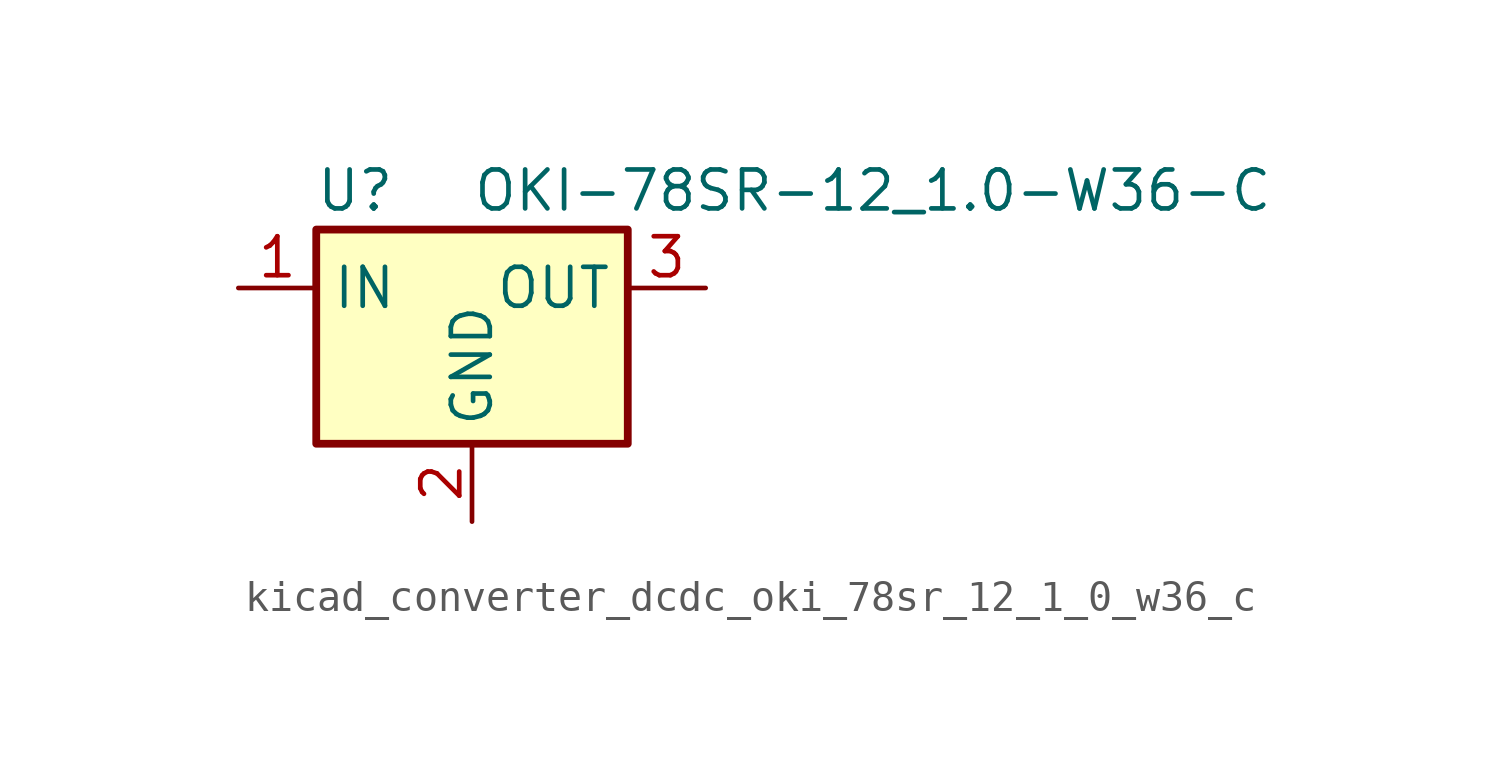
<source format=kicad_sym>
(kicad_symbol_lib
  (version 20220914)
  (generator kicad_symbol_editor)
  (symbol "kicad_converter_dcdc_oki_78sr_12_1_0_w36_c"
    (property "Reference" "U"
      (at -3.81 3.175 0)
      (effects (font (size 1.27 1.27))))
    (property "Value" "OKI-78SR-12_1.0-W36-C"
      (at 0 3.175 0)
      (effects (font (size 1.27 1.27)) (justify left)))
    (symbol "kicad_converter_dcdc_oki_78sr_12_1_0_w36_c_0_1"
      (rectangle (start -5.08 1.905) (end 5.08 -5.08) (stroke (width 0.254) (type default)) (fill (type background))))
    (symbol "kicad_converter_dcdc_oki_78sr_12_1_0_w36_c_1_1"
      (pin power_in line (at -7.62 0 0) (length 2.54) (name "IN" (effects (font (size 1.27 1.27)))) (number "1" (effects (font (size 1.27 1.27)))))
      (pin power_in line (at 0 -7.62 90) (length 2.54) (name "GND" (effects (font (size 1.27 1.27)))) (number "2" (effects (font (size 1.27 1.27)))))
      (pin power_out line (at 7.62 0 180) (length 2.54) (name "OUT" (effects (font (size 1.27 1.27)))) (number "3" (effects (font (size 1.27 1.27))))))))
</source>
